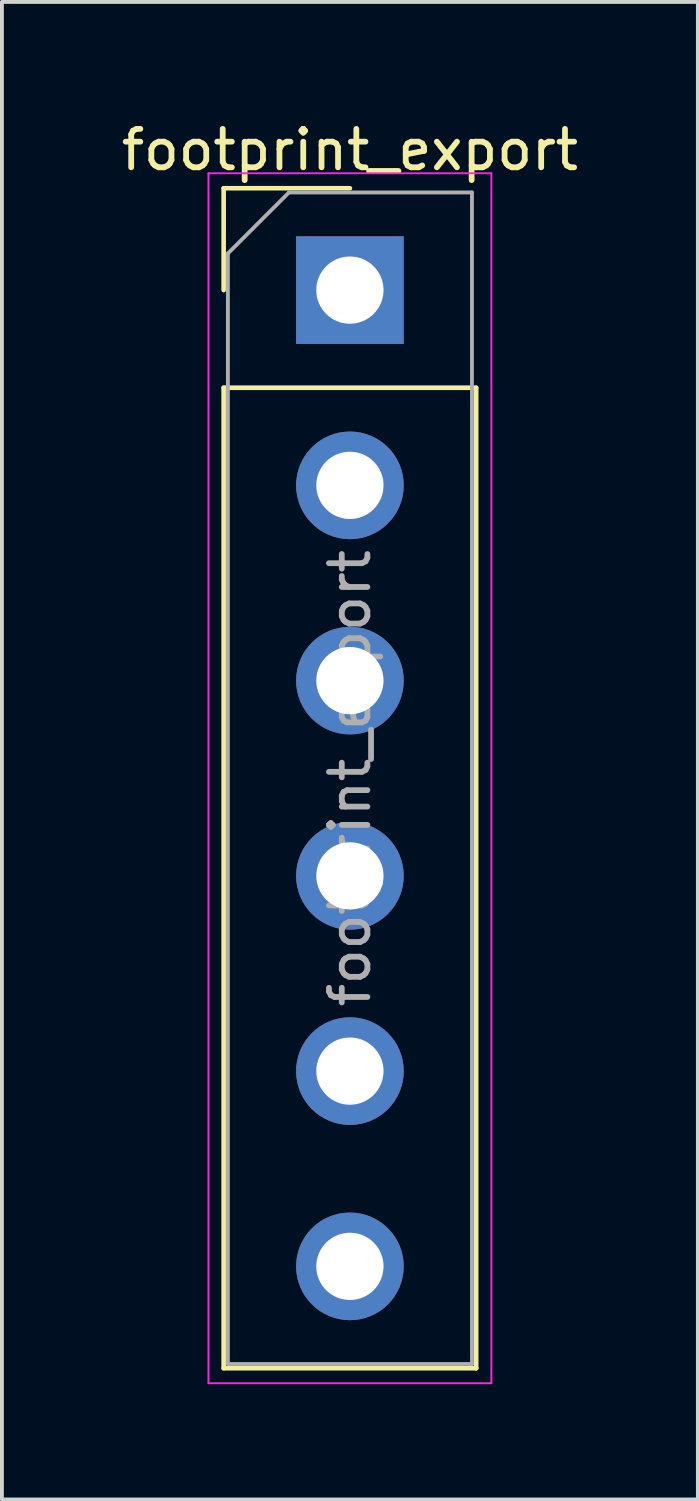
<source format=kicad_pcb>
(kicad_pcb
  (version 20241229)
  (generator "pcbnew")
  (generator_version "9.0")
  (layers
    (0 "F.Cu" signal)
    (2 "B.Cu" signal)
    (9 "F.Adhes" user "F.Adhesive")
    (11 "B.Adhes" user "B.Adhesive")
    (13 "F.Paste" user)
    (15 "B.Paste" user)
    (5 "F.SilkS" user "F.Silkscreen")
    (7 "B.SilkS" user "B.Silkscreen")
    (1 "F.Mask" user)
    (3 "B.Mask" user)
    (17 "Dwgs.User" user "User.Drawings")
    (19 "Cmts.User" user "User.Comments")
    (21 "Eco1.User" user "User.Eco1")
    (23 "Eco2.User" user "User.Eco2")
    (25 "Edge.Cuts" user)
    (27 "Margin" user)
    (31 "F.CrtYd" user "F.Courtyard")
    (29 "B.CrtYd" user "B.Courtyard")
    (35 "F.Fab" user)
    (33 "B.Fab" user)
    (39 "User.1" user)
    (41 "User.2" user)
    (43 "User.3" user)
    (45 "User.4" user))
  (footprint "footprint_export"
    (layer "F.Cu")
    (at 6.054 4.498)
    (property "Reference" "footprint_export" (at 0 -3.65 0) (layer "F.SilkS") (effects (font (size 1 1) (thickness 0.15))))
    (attr through_hole)
    (fp_line (start -3.285 -2.65) (end 0 -2.65) (stroke (width 0.12) (type solid)) (layer "F.SilkS"))
    (fp_line (start -3.285 0) (end -3.285 -2.65) (stroke (width 0.12) (type solid)) (layer "F.SilkS"))
    (fp_line (start -3.285 2.54) (end -3.285 28.05) (stroke (width 0.12) (type solid)) (layer "F.SilkS"))
    (fp_line (start -3.285 2.54) (end 3.285 2.54) (stroke (width 0.12) (type solid)) (layer "F.SilkS"))
    (fp_line (start -3.285 28.05) (end 3.285 28.05) (stroke (width 0.12) (type solid)) (layer "F.SilkS"))
    (fp_line (start 3.285 2.54) (end 3.285 28.05) (stroke (width 0.12) (type solid)) (layer "F.SilkS"))
    (fp_line (start -3.68 -3.04) (end -3.68 28.44) (stroke (width 0.05) (type solid)) (layer "F.CrtYd"))
    (fp_line (start -3.68 28.44) (end 3.68 28.44) (stroke (width 0.05) (type solid)) (layer "F.CrtYd"))
    (fp_line (start 3.68 -3.04) (end -3.68 -3.04) (stroke (width 0.05) (type solid)) (layer "F.CrtYd"))
    (fp_line (start 3.68 28.44) (end 3.68 -3.04) (stroke (width 0.05) (type solid)) (layer "F.CrtYd"))
    (fp_line (start -3.175 -0.953) (end -1.587 -2.54) (stroke (width 0.1) (type solid)) (layer "F.Fab"))
    (fp_line (start -3.175 27.94) (end -3.175 -0.953) (stroke (width 0.1) (type solid)) (layer "F.Fab"))
    (fp_line (start -1.587 -2.54) (end 3.175 -2.54) (stroke (width 0.1) (type solid)) (layer "F.Fab"))
    (fp_line (start 3.175 -2.54) (end 3.175 27.94) (stroke (width 0.1) (type solid)) (layer "F.Fab"))
    (fp_line (start 3.175 27.94) (end -3.175 27.94) (stroke (width 0.1) (type solid)) (layer "F.Fab"))
    (fp_text user "${REFERENCE}" (at 0 12.7 90) (layer "F.Fab") (effects (font (size 1 1) (thickness 0.15))))
    (pad "1" thru_hole rect (at 0 0) (size 2.8 2.8) (drill 1.75) (layers "*.Cu" "*.Mask"))
    (pad "2" thru_hole circle (at 0 5.08) (size 2.8 2.8) (drill 1.75) (layers "*.Cu" "*.Mask"))
    (pad "3" thru_hole circle (at 0 10.16) (size 2.8 2.8) (drill 1.75) (layers "*.Cu" "*.Mask"))
    (pad "4" thru_hole circle (at 0 15.24) (size 2.8 2.8) (drill 1.75) (layers "*.Cu" "*.Mask"))
    (pad "5" thru_hole circle (at 0 20.32) (size 2.8 2.8) (drill 1.75) (layers "*.Cu" "*.Mask"))
    (pad "6" thru_hole circle (at 0 25.4) (size 2.8 2.8) (drill 1.75) (layers "*.Cu" "*.Mask")))
  (gr_rect
    (start -3 -3)
    (end 15.107 35.963)
    (stroke (width 0.1) (type default))
    (fill no)
    (layer "Edge.Cuts")))
</source>
